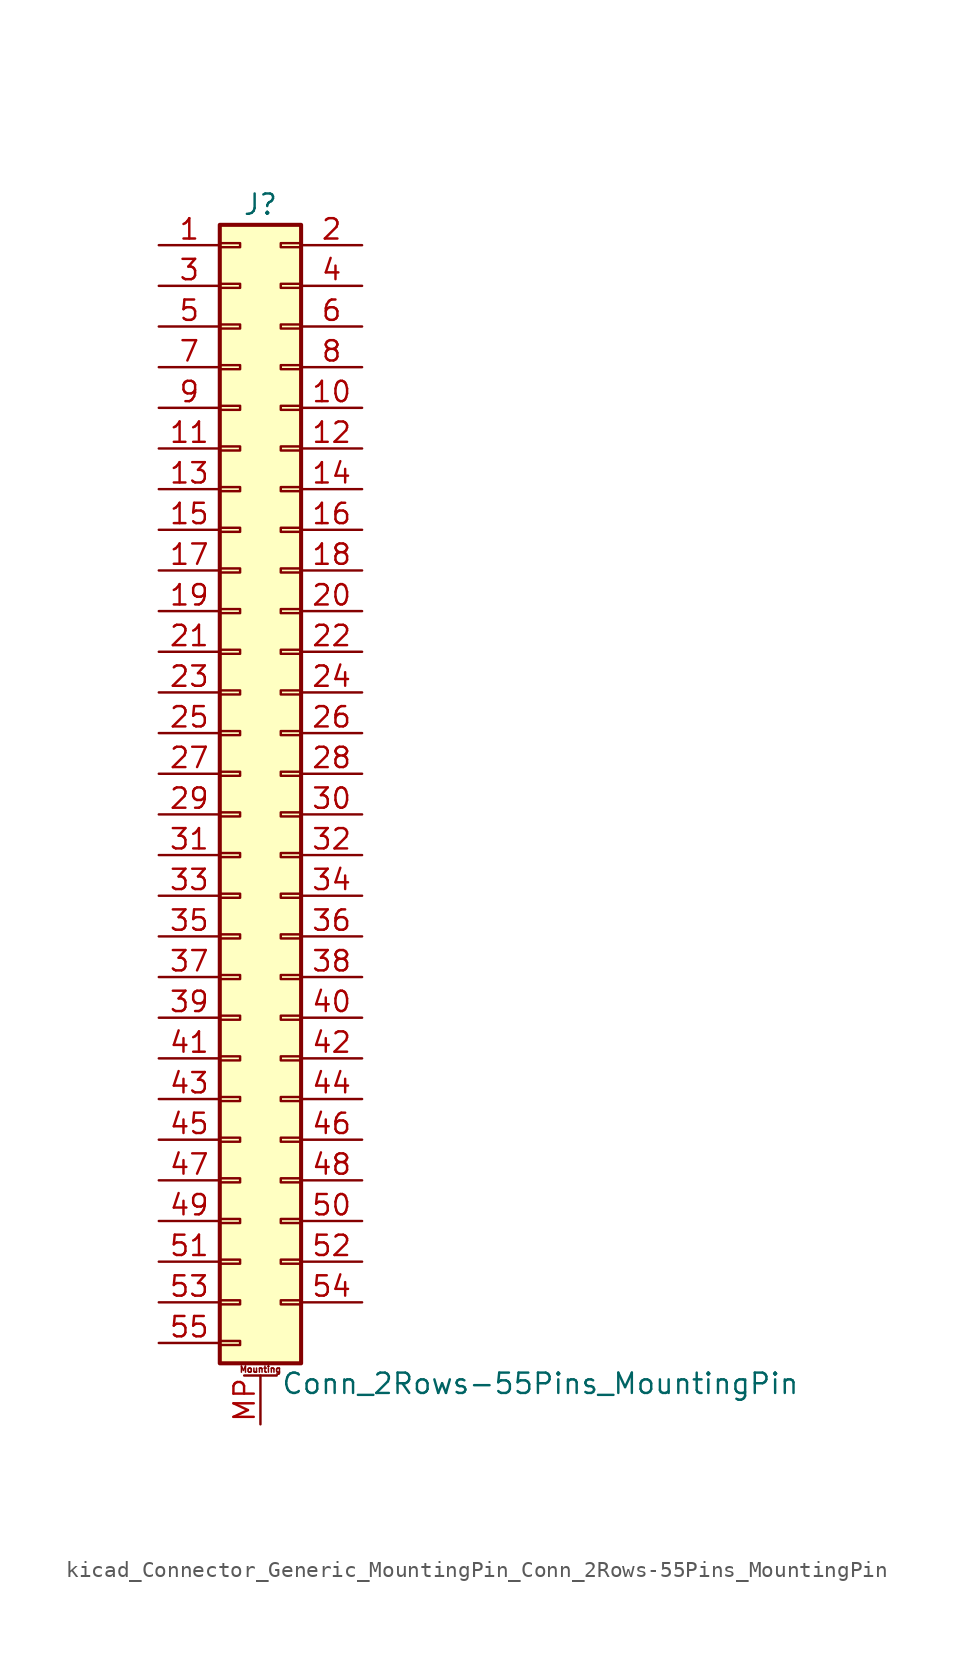
<source format=kicad_sym>
(kicad_symbol_lib
  (version 20220914)
  (generator kicad_symbol_editor)
  (symbol "kicad_Connector_Generic_MountingPin_Conn_2Rows-55Pins_MountingPin"
    (pin_names
      (offset 1.016) hide)
    (property "Reference" "J"
      (at 1.27 35.56 0)
      (effects (font (size 1.27 1.27))))
    (property "Value" "Conn_2Rows-55Pins_MountingPin"
      (at 2.54 -38.1 0)
      (effects (font (size 1.27 1.27)) (justify left)))
    (symbol "kicad_Connector_Generic_MountingPin_Conn_2Rows-55Pins_MountingPin_1_1"
      (rectangle (start -1.27 -35.433) (end 0 -35.687) (stroke (width 0.152) (type default)) (fill (type none)))
      (rectangle (start -1.27 -32.893) (end 0 -33.147) (stroke (width 0.152) (type default)) (fill (type none)))
      (rectangle (start -1.27 -30.353) (end 0 -30.607) (stroke (width 0.152) (type default)) (fill (type none)))
      (rectangle (start -1.27 -27.813) (end 0 -28.067) (stroke (width 0.152) (type default)) (fill (type none)))
      (rectangle (start -1.27 -25.273) (end 0 -25.527) (stroke (width 0.152) (type default)) (fill (type none)))
      (rectangle (start -1.27 -22.733) (end 0 -22.987) (stroke (width 0.152) (type default)) (fill (type none)))
      (rectangle (start -1.27 -20.193) (end 0 -20.447) (stroke (width 0.152) (type default)) (fill (type none)))
      (rectangle (start -1.27 -17.653) (end 0 -17.907) (stroke (width 0.152) (type default)) (fill (type none)))
      (rectangle (start -1.27 -15.113) (end 0 -15.367) (stroke (width 0.152) (type default)) (fill (type none)))
      (rectangle (start -1.27 -12.573) (end 0 -12.827) (stroke (width 0.152) (type default)) (fill (type none)))
      (rectangle (start -1.27 -10.033) (end 0 -10.287) (stroke (width 0.152) (type default)) (fill (type none)))
      (rectangle (start -1.27 -7.493) (end 0 -7.747) (stroke (width 0.152) (type default)) (fill (type none)))
      (rectangle (start -1.27 -4.953) (end 0 -5.207) (stroke (width 0.152) (type default)) (fill (type none)))
      (rectangle (start -1.27 -2.413) (end 0 -2.667) (stroke (width 0.152) (type default)) (fill (type none)))
      (rectangle (start -1.27 0.127) (end 0 -0.127) (stroke (width 0.152) (type default)) (fill (type none)))
      (rectangle (start -1.27 2.667) (end 0 2.413) (stroke (width 0.152) (type default)) (fill (type none)))
      (rectangle (start -1.27 5.207) (end 0 4.953) (stroke (width 0.152) (type default)) (fill (type none)))
      (rectangle (start -1.27 7.747) (end 0 7.493) (stroke (width 0.152) (type default)) (fill (type none)))
      (rectangle (start -1.27 10.287) (end 0 10.033) (stroke (width 0.152) (type default)) (fill (type none)))
      (rectangle (start -1.27 12.827) (end 0 12.573) (stroke (width 0.152) (type default)) (fill (type none)))
      (rectangle (start -1.27 15.367) (end 0 15.113) (stroke (width 0.152) (type default)) (fill (type none)))
      (rectangle (start -1.27 17.907) (end 0 17.653) (stroke (width 0.152) (type default)) (fill (type none)))
      (rectangle (start -1.27 20.447) (end 0 20.193) (stroke (width 0.152) (type default)) (fill (type none)))
      (rectangle (start -1.27 22.987) (end 0 22.733) (stroke (width 0.152) (type default)) (fill (type none)))
      (rectangle (start -1.27 25.527) (end 0 25.273) (stroke (width 0.152) (type default)) (fill (type none)))
      (rectangle (start -1.27 28.067) (end 0 27.813) (stroke (width 0.152) (type default)) (fill (type none)))
      (rectangle (start -1.27 30.607) (end 0 30.353) (stroke (width 0.152) (type default)) (fill (type none)))
      (rectangle (start -1.27 33.147) (end 0 32.893) (stroke (width 0.152) (type default)) (fill (type none)))
      (rectangle (start -1.27 34.29) (end 3.81 -36.83) (stroke (width 0.254) (type default)) (fill (type background)))
      (polyline (pts (xy 0.254 -37.592) (xy 2.286 -37.592)) (stroke (width 0.152) (type default)) (fill (type none)))
      (rectangle (start 3.81 -32.893) (end 2.54 -33.147) (stroke (width 0.152) (type default)) (fill (type none)))
      (rectangle (start 3.81 -30.353) (end 2.54 -30.607) (stroke (width 0.152) (type default)) (fill (type none)))
      (rectangle (start 3.81 -27.813) (end 2.54 -28.067) (stroke (width 0.152) (type default)) (fill (type none)))
      (rectangle (start 3.81 -25.273) (end 2.54 -25.527) (stroke (width 0.152) (type default)) (fill (type none)))
      (rectangle (start 3.81 -22.733) (end 2.54 -22.987) (stroke (width 0.152) (type default)) (fill (type none)))
      (rectangle (start 3.81 -20.193) (end 2.54 -20.447) (stroke (width 0.152) (type default)) (fill (type none)))
      (rectangle (start 3.81 -17.653) (end 2.54 -17.907) (stroke (width 0.152) (type default)) (fill (type none)))
      (rectangle (start 3.81 -15.113) (end 2.54 -15.367) (stroke (width 0.152) (type default)) (fill (type none)))
      (rectangle (start 3.81 -12.573) (end 2.54 -12.827) (stroke (width 0.152) (type default)) (fill (type none)))
      (rectangle (start 3.81 -10.033) (end 2.54 -10.287) (stroke (width 0.152) (type default)) (fill (type none)))
      (rectangle (start 3.81 -7.493) (end 2.54 -7.747) (stroke (width 0.152) (type default)) (fill (type none)))
      (rectangle (start 3.81 -4.953) (end 2.54 -5.207) (stroke (width 0.152) (type default)) (fill (type none)))
      (rectangle (start 3.81 -2.413) (end 2.54 -2.667) (stroke (width 0.152) (type default)) (fill (type none)))
      (rectangle (start 3.81 0.127) (end 2.54 -0.127) (stroke (width 0.152) (type default)) (fill (type none)))
      (rectangle (start 3.81 2.667) (end 2.54 2.413) (stroke (width 0.152) (type default)) (fill (type none)))
      (rectangle (start 3.81 5.207) (end 2.54 4.953) (stroke (width 0.152) (type default)) (fill (type none)))
      (rectangle (start 3.81 7.747) (end 2.54 7.493) (stroke (width 0.152) (type default)) (fill (type none)))
      (rectangle (start 3.81 10.287) (end 2.54 10.033) (stroke (width 0.152) (type default)) (fill (type none)))
      (rectangle (start 3.81 12.827) (end 2.54 12.573) (stroke (width 0.152) (type default)) (fill (type none)))
      (rectangle (start 3.81 15.367) (end 2.54 15.113) (stroke (width 0.152) (type default)) (fill (type none)))
      (rectangle (start 3.81 17.907) (end 2.54 17.653) (stroke (width 0.152) (type default)) (fill (type none)))
      (rectangle (start 3.81 20.447) (end 2.54 20.193) (stroke (width 0.152) (type default)) (fill (type none)))
      (rectangle (start 3.81 22.987) (end 2.54 22.733) (stroke (width 0.152) (type default)) (fill (type none)))
      (rectangle (start 3.81 25.527) (end 2.54 25.273) (stroke (width 0.152) (type default)) (fill (type none)))
      (rectangle (start 3.81 28.067) (end 2.54 27.813) (stroke (width 0.152) (type default)) (fill (type none)))
      (rectangle (start 3.81 30.607) (end 2.54 30.353) (stroke (width 0.152) (type default)) (fill (type none)))
      (rectangle (start 3.81 33.147) (end 2.54 32.893) (stroke (width 0.152) (type default)) (fill (type none)))
      (text "Mounting" (at 1.27 -37.211 0) (effects (font (size 0.381 0.381))))
      (pin passive line (at -5.08 33.02 0) (length 3.81) (name "Pin_1" (effects (font (size 1.27 1.27)))) (number "1" (effects (font (size 1.27 1.27)))))
      (pin passive line (at 7.62 22.86 180) (length 3.81) (name "Pin_10" (effects (font (size 1.27 1.27)))) (number "10" (effects (font (size 1.27 1.27)))))
      (pin passive line (at -5.08 20.32 0) (length 3.81) (name "Pin_11" (effects (font (size 1.27 1.27)))) (number "11" (effects (font (size 1.27 1.27)))))
      (pin passive line (at 7.62 20.32 180) (length 3.81) (name "Pin_12" (effects (font (size 1.27 1.27)))) (number "12" (effects (font (size 1.27 1.27)))))
      (pin passive line (at -5.08 17.78 0) (length 3.81) (name "Pin_13" (effects (font (size 1.27 1.27)))) (number "13" (effects (font (size 1.27 1.27)))))
      (pin passive line (at 7.62 17.78 180) (length 3.81) (name "Pin_14" (effects (font (size 1.27 1.27)))) (number "14" (effects (font (size 1.27 1.27)))))
      (pin passive line (at -5.08 15.24 0) (length 3.81) (name "Pin_15" (effects (font (size 1.27 1.27)))) (number "15" (effects (font (size 1.27 1.27)))))
      (pin passive line (at 7.62 15.24 180) (length 3.81) (name "Pin_16" (effects (font (size 1.27 1.27)))) (number "16" (effects (font (size 1.27 1.27)))))
      (pin passive line (at -5.08 12.7 0) (length 3.81) (name "Pin_17" (effects (font (size 1.27 1.27)))) (number "17" (effects (font (size 1.27 1.27)))))
      (pin passive line (at 7.62 12.7 180) (length 3.81) (name "Pin_18" (effects (font (size 1.27 1.27)))) (number "18" (effects (font (size 1.27 1.27)))))
      (pin passive line (at -5.08 10.16 0) (length 3.81) (name "Pin_19" (effects (font (size 1.27 1.27)))) (number "19" (effects (font (size 1.27 1.27)))))
      (pin passive line (at 7.62 33.02 180) (length 3.81) (name "Pin_2" (effects (font (size 1.27 1.27)))) (number "2" (effects (font (size 1.27 1.27)))))
      (pin passive line (at 7.62 10.16 180) (length 3.81) (name "Pin_20" (effects (font (size 1.27 1.27)))) (number "20" (effects (font (size 1.27 1.27)))))
      (pin passive line (at -5.08 7.62 0) (length 3.81) (name "Pin_21" (effects (font (size 1.27 1.27)))) (number "21" (effects (font (size 1.27 1.27)))))
      (pin passive line (at 7.62 7.62 180) (length 3.81) (name "Pin_22" (effects (font (size 1.27 1.27)))) (number "22" (effects (font (size 1.27 1.27)))))
      (pin passive line (at -5.08 5.08 0) (length 3.81) (name "Pin_23" (effects (font (size 1.27 1.27)))) (number "23" (effects (font (size 1.27 1.27)))))
      (pin passive line (at 7.62 5.08 180) (length 3.81) (name "Pin_24" (effects (font (size 1.27 1.27)))) (number "24" (effects (font (size 1.27 1.27)))))
      (pin passive line (at -5.08 2.54 0) (length 3.81) (name "Pin_25" (effects (font (size 1.27 1.27)))) (number "25" (effects (font (size 1.27 1.27)))))
      (pin passive line (at 7.62 2.54 180) (length 3.81) (name "Pin_26" (effects (font (size 1.27 1.27)))) (number "26" (effects (font (size 1.27 1.27)))))
      (pin passive line (at -5.08 0 0) (length 3.81) (name "Pin_27" (effects (font (size 1.27 1.27)))) (number "27" (effects (font (size 1.27 1.27)))))
      (pin passive line (at 7.62 0 180) (length 3.81) (name "Pin_28" (effects (font (size 1.27 1.27)))) (number "28" (effects (font (size 1.27 1.27)))))
      (pin passive line (at -5.08 -2.54 0) (length 3.81) (name "Pin_29" (effects (font (size 1.27 1.27)))) (number "29" (effects (font (size 1.27 1.27)))))
      (pin passive line (at -5.08 30.48 0) (length 3.81) (name "Pin_3" (effects (font (size 1.27 1.27)))) (number "3" (effects (font (size 1.27 1.27)))))
      (pin passive line (at 7.62 -2.54 180) (length 3.81) (name "Pin_30" (effects (font (size 1.27 1.27)))) (number "30" (effects (font (size 1.27 1.27)))))
      (pin passive line (at -5.08 -5.08 0) (length 3.81) (name "Pin_31" (effects (font (size 1.27 1.27)))) (number "31" (effects (font (size 1.27 1.27)))))
      (pin passive line (at 7.62 -5.08 180) (length 3.81) (name "Pin_32" (effects (font (size 1.27 1.27)))) (number "32" (effects (font (size 1.27 1.27)))))
      (pin passive line (at -5.08 -7.62 0) (length 3.81) (name "Pin_33" (effects (font (size 1.27 1.27)))) (number "33" (effects (font (size 1.27 1.27)))))
      (pin passive line (at 7.62 -7.62 180) (length 3.81) (name "Pin_34" (effects (font (size 1.27 1.27)))) (number "34" (effects (font (size 1.27 1.27)))))
      (pin passive line (at -5.08 -10.16 0) (length 3.81) (name "Pin_35" (effects (font (size 1.27 1.27)))) (number "35" (effects (font (size 1.27 1.27)))))
      (pin passive line (at 7.62 -10.16 180) (length 3.81) (name "Pin_36" (effects (font (size 1.27 1.27)))) (number "36" (effects (font (size 1.27 1.27)))))
      (pin passive line (at -5.08 -12.7 0) (length 3.81) (name "Pin_37" (effects (font (size 1.27 1.27)))) (number "37" (effects (font (size 1.27 1.27)))))
      (pin passive line (at 7.62 -12.7 180) (length 3.81) (name "Pin_38" (effects (font (size 1.27 1.27)))) (number "38" (effects (font (size 1.27 1.27)))))
      (pin passive line (at -5.08 -15.24 0) (length 3.81) (name "Pin_39" (effects (font (size 1.27 1.27)))) (number "39" (effects (font (size 1.27 1.27)))))
      (pin passive line (at 7.62 30.48 180) (length 3.81) (name "Pin_4" (effects (font (size 1.27 1.27)))) (number "4" (effects (font (size 1.27 1.27)))))
      (pin passive line (at 7.62 -15.24 180) (length 3.81) (name "Pin_40" (effects (font (size 1.27 1.27)))) (number "40" (effects (font (size 1.27 1.27)))))
      (pin passive line (at -5.08 -17.78 0) (length 3.81) (name "Pin_41" (effects (font (size 1.27 1.27)))) (number "41" (effects (font (size 1.27 1.27)))))
      (pin passive line (at 7.62 -17.78 180) (length 3.81) (name "Pin_42" (effects (font (size 1.27 1.27)))) (number "42" (effects (font (size 1.27 1.27)))))
      (pin passive line (at -5.08 -20.32 0) (length 3.81) (name "Pin_43" (effects (font (size 1.27 1.27)))) (number "43" (effects (font (size 1.27 1.27)))))
      (pin passive line (at 7.62 -20.32 180) (length 3.81) (name "Pin_44" (effects (font (size 1.27 1.27)))) (number "44" (effects (font (size 1.27 1.27)))))
      (pin passive line (at -5.08 -22.86 0) (length 3.81) (name "Pin_45" (effects (font (size 1.27 1.27)))) (number "45" (effects (font (size 1.27 1.27)))))
      (pin passive line (at 7.62 -22.86 180) (length 3.81) (name "Pin_46" (effects (font (size 1.27 1.27)))) (number "46" (effects (font (size 1.27 1.27)))))
      (pin passive line (at -5.08 -25.4 0) (length 3.81) (name "Pin_47" (effects (font (size 1.27 1.27)))) (number "47" (effects (font (size 1.27 1.27)))))
      (pin passive line (at 7.62 -25.4 180) (length 3.81) (name "Pin_48" (effects (font (size 1.27 1.27)))) (number "48" (effects (font (size 1.27 1.27)))))
      (pin passive line (at -5.08 -27.94 0) (length 3.81) (name "Pin_49" (effects (font (size 1.27 1.27)))) (number "49" (effects (font (size 1.27 1.27)))))
      (pin passive line (at -5.08 27.94 0) (length 3.81) (name "Pin_5" (effects (font (size 1.27 1.27)))) (number "5" (effects (font (size 1.27 1.27)))))
      (pin passive line (at 7.62 -27.94 180) (length 3.81) (name "Pin_50" (effects (font (size 1.27 1.27)))) (number "50" (effects (font (size 1.27 1.27)))))
      (pin passive line (at -5.08 -30.48 0) (length 3.81) (name "Pin_51" (effects (font (size 1.27 1.27)))) (number "51" (effects (font (size 1.27 1.27)))))
      (pin passive line (at 7.62 -30.48 180) (length 3.81) (name "Pin_52" (effects (font (size 1.27 1.27)))) (number "52" (effects (font (size 1.27 1.27)))))
      (pin passive line (at -5.08 -33.02 0) (length 3.81) (name "Pin_53" (effects (font (size 1.27 1.27)))) (number "53" (effects (font (size 1.27 1.27)))))
      (pin passive line (at 7.62 -33.02 180) (length 3.81) (name "Pin_54" (effects (font (size 1.27 1.27)))) (number "54" (effects (font (size 1.27 1.27)))))
      (pin passive line (at -5.08 -35.56 0) (length 3.81) (name "Pin_55" (effects (font (size 1.27 1.27)))) (number "55" (effects (font (size 1.27 1.27)))))
      (pin passive line (at 7.62 27.94 180) (length 3.81) (name "Pin_6" (effects (font (size 1.27 1.27)))) (number "6" (effects (font (size 1.27 1.27)))))
      (pin passive line (at -5.08 25.4 0) (length 3.81) (name "Pin_7" (effects (font (size 1.27 1.27)))) (number "7" (effects (font (size 1.27 1.27)))))
      (pin passive line (at 7.62 25.4 180) (length 3.81) (name "Pin_8" (effects (font (size 1.27 1.27)))) (number "8" (effects (font (size 1.27 1.27)))))
      (pin passive line (at -5.08 22.86 0) (length 3.81) (name "Pin_9" (effects (font (size 1.27 1.27)))) (number "9" (effects (font (size 1.27 1.27)))))
      (pin passive line (at 1.27 -40.64 90) (length 3.048) (name "MountPin" (effects (font (size 1.27 1.27)))) (number "MP" (effects (font (size 1.27 1.27))))))))
</source>
